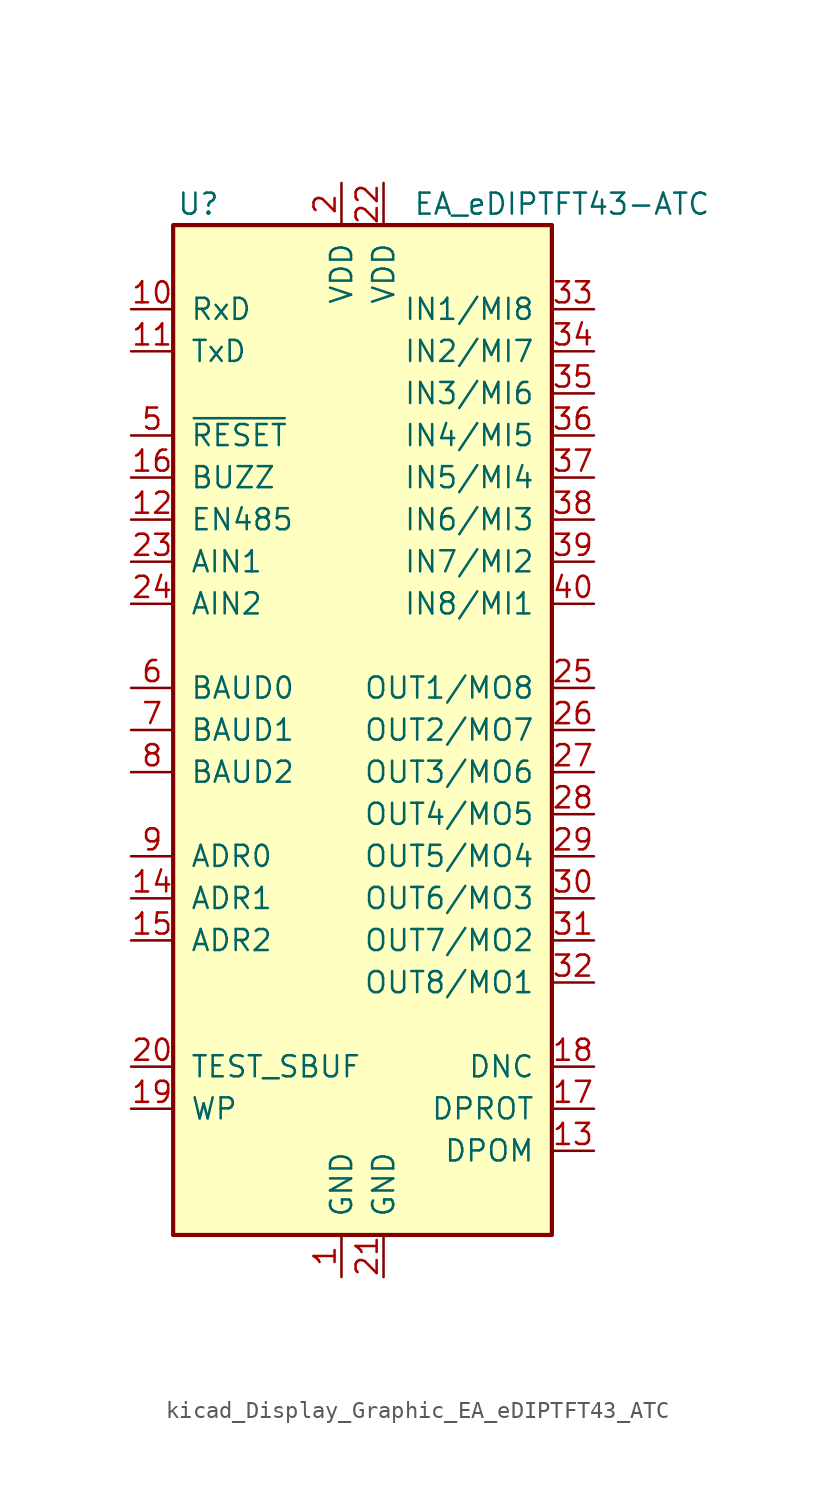
<source format=kicad_sym>
(kicad_symbol_lib
  (version 20220914)
  (generator kicad_symbol_editor)
  (symbol "kicad_Display_Graphic_EA_eDIPTFT43_ATC"
    (pin_names
      (offset 1.016))
    (property "Reference" "U"
      (at -11.176 31.75 0)
      (effects (font (size 1.27 1.27))))
    (property "Value" "EA_eDIPTFT43-ATC"
      (at 1.778 31.75 0)
      (effects (font (size 1.27 1.27)) (justify left)))
    (symbol "kicad_Display_Graphic_EA_eDIPTFT43_ATC_0_1"
      (rectangle (start -12.7 30.48) (end 10.16 -30.48) (stroke (width 0.254) (type default)) (fill (type background))))
    (symbol "kicad_Display_Graphic_EA_eDIPTFT43_ATC_1_1"
      (pin power_in line (at -2.54 -33.02 90) (length 2.54) (name "GND" (effects (font (size 1.27 1.27)))) (number "1" (effects (font (size 1.27 1.27)))))
      (pin input line (at -15.24 25.4 0) (length 2.54) (name "RxD" (effects (font (size 1.27 1.27)))) (number "10" (effects (font (size 1.27 1.27)))))
      (pin output line (at -15.24 22.86 0) (length 2.54) (name "TxD" (effects (font (size 1.27 1.27)))) (number "11" (effects (font (size 1.27 1.27)))))
      (pin output line (at -15.24 12.7 0) (length 2.54) (name "EN485" (effects (font (size 1.27 1.27)))) (number "12" (effects (font (size 1.27 1.27)))))
      (pin input line (at 12.7 -25.4 180) (length 2.54) (name "DPOM" (effects (font (size 1.27 1.27)))) (number "13" (effects (font (size 1.27 1.27)))))
      (pin input line (at -15.24 -10.16 0) (length 2.54) (name "ADR1" (effects (font (size 1.27 1.27)))) (number "14" (effects (font (size 1.27 1.27)))))
      (pin input line (at -15.24 -12.7 0) (length 2.54) (name "ADR2" (effects (font (size 1.27 1.27)))) (number "15" (effects (font (size 1.27 1.27)))))
      (pin output line (at -15.24 15.24 0) (length 2.54) (name "BUZZ" (effects (font (size 1.27 1.27)))) (number "16" (effects (font (size 1.27 1.27)))))
      (pin input line (at 12.7 -22.86 180) (length 2.54) (name "DPROT" (effects (font (size 1.27 1.27)))) (number "17" (effects (font (size 1.27 1.27)))))
      (pin output line (at 12.7 -20.32 180) (length 2.54) (name "DNC" (effects (font (size 1.27 1.27)))) (number "18" (effects (font (size 1.27 1.27)))))
      (pin input line (at -15.24 -22.86 0) (length 2.54) (name "WP" (effects (font (size 1.27 1.27)))) (number "19" (effects (font (size 1.27 1.27)))))
      (pin power_in line (at -2.54 33.02 270) (length 2.54) (name "VDD" (effects (font (size 1.27 1.27)))) (number "2" (effects (font (size 1.27 1.27)))))
      (pin bidirectional line (at -15.24 -20.32 0) (length 2.54) (name "TEST_SBUF" (effects (font (size 1.27 1.27)))) (number "20" (effects (font (size 1.27 1.27)))))
      (pin power_in line (at 0 -33.02 90) (length 2.54) (name "GND" (effects (font (size 1.27 1.27)))) (number "21" (effects (font (size 1.27 1.27)))))
      (pin power_in line (at 0 33.02 270) (length 2.54) (name "VDD" (effects (font (size 1.27 1.27)))) (number "22" (effects (font (size 1.27 1.27)))))
      (pin input line (at -15.24 10.16 0) (length 2.54) (name "AIN1" (effects (font (size 1.27 1.27)))) (number "23" (effects (font (size 1.27 1.27)))))
      (pin input line (at -15.24 7.62 0) (length 2.54) (name "AIN2" (effects (font (size 1.27 1.27)))) (number "24" (effects (font (size 1.27 1.27)))))
      (pin output line (at 12.7 2.54 180) (length 2.54) (name "OUT1/MO8" (effects (font (size 1.27 1.27)))) (number "25" (effects (font (size 1.27 1.27)))))
      (pin output line (at 12.7 0 180) (length 2.54) (name "OUT2/MO7" (effects (font (size 1.27 1.27)))) (number "26" (effects (font (size 1.27 1.27)))))
      (pin output line (at 12.7 -2.54 180) (length 2.54) (name "OUT3/MO6" (effects (font (size 1.27 1.27)))) (number "27" (effects (font (size 1.27 1.27)))))
      (pin output line (at 12.7 -5.08 180) (length 2.54) (name "OUT4/MO5" (effects (font (size 1.27 1.27)))) (number "28" (effects (font (size 1.27 1.27)))))
      (pin output line (at 12.7 -7.62 180) (length 2.54) (name "OUT5/MO4" (effects (font (size 1.27 1.27)))) (number "29" (effects (font (size 1.27 1.27)))))
      (pin no_connect line (at 10.16 -27.94 180) (length 2.54) hide (name "NC" (effects (font (size 1.27 1.27)))) (number "3" (effects (font (size 1.27 1.27)))))
      (pin output line (at 12.7 -10.16 180) (length 2.54) (name "OUT6/MO3" (effects (font (size 1.27 1.27)))) (number "30" (effects (font (size 1.27 1.27)))))
      (pin output line (at 12.7 -12.7 180) (length 2.54) (name "OUT7/MO2" (effects (font (size 1.27 1.27)))) (number "31" (effects (font (size 1.27 1.27)))))
      (pin output line (at 12.7 -15.24 180) (length 2.54) (name "OUT8/MO1" (effects (font (size 1.27 1.27)))) (number "32" (effects (font (size 1.27 1.27)))))
      (pin input line (at 12.7 25.4 180) (length 2.54) (name "IN1/MI8" (effects (font (size 1.27 1.27)))) (number "33" (effects (font (size 1.27 1.27)))))
      (pin input line (at 12.7 22.86 180) (length 2.54) (name "IN2/MI7" (effects (font (size 1.27 1.27)))) (number "34" (effects (font (size 1.27 1.27)))))
      (pin input line (at 12.7 20.32 180) (length 2.54) (name "IN3/MI6" (effects (font (size 1.27 1.27)))) (number "35" (effects (font (size 1.27 1.27)))))
      (pin input line (at 12.7 17.78 180) (length 2.54) (name "IN4/MI5" (effects (font (size 1.27 1.27)))) (number "36" (effects (font (size 1.27 1.27)))))
      (pin input line (at 12.7 15.24 180) (length 2.54) (name "IN5/MI4" (effects (font (size 1.27 1.27)))) (number "37" (effects (font (size 1.27 1.27)))))
      (pin input line (at 12.7 12.7 180) (length 2.54) (name "IN6/MI3" (effects (font (size 1.27 1.27)))) (number "38" (effects (font (size 1.27 1.27)))))
      (pin input line (at 12.7 10.16 180) (length 2.54) (name "IN7/MI2" (effects (font (size 1.27 1.27)))) (number "39" (effects (font (size 1.27 1.27)))))
      (pin no_connect line (at -12.7 -27.94 0) (length 2.54) hide (name "NC" (effects (font (size 1.27 1.27)))) (number "4" (effects (font (size 1.27 1.27)))))
      (pin input line (at 12.7 7.62 180) (length 2.54) (name "IN8/MI1" (effects (font (size 1.27 1.27)))) (number "40" (effects (font (size 1.27 1.27)))))
      (pin input line (at -15.24 17.78 0) (length 2.54) (name "~{RESET}" (effects (font (size 1.27 1.27)))) (number "5" (effects (font (size 1.27 1.27)))))
      (pin input line (at -15.24 2.54 0) (length 2.54) (name "BAUD0" (effects (font (size 1.27 1.27)))) (number "6" (effects (font (size 1.27 1.27)))))
      (pin input line (at -15.24 0 0) (length 2.54) (name "BAUD1" (effects (font (size 1.27 1.27)))) (number "7" (effects (font (size 1.27 1.27)))))
      (pin input line (at -15.24 -2.54 0) (length 2.54) (name "BAUD2" (effects (font (size 1.27 1.27)))) (number "8" (effects (font (size 1.27 1.27)))))
      (pin input line (at -15.24 -7.62 0) (length 2.54) (name "ADR0" (effects (font (size 1.27 1.27)))) (number "9" (effects (font (size 1.27 1.27))))))))
</source>
